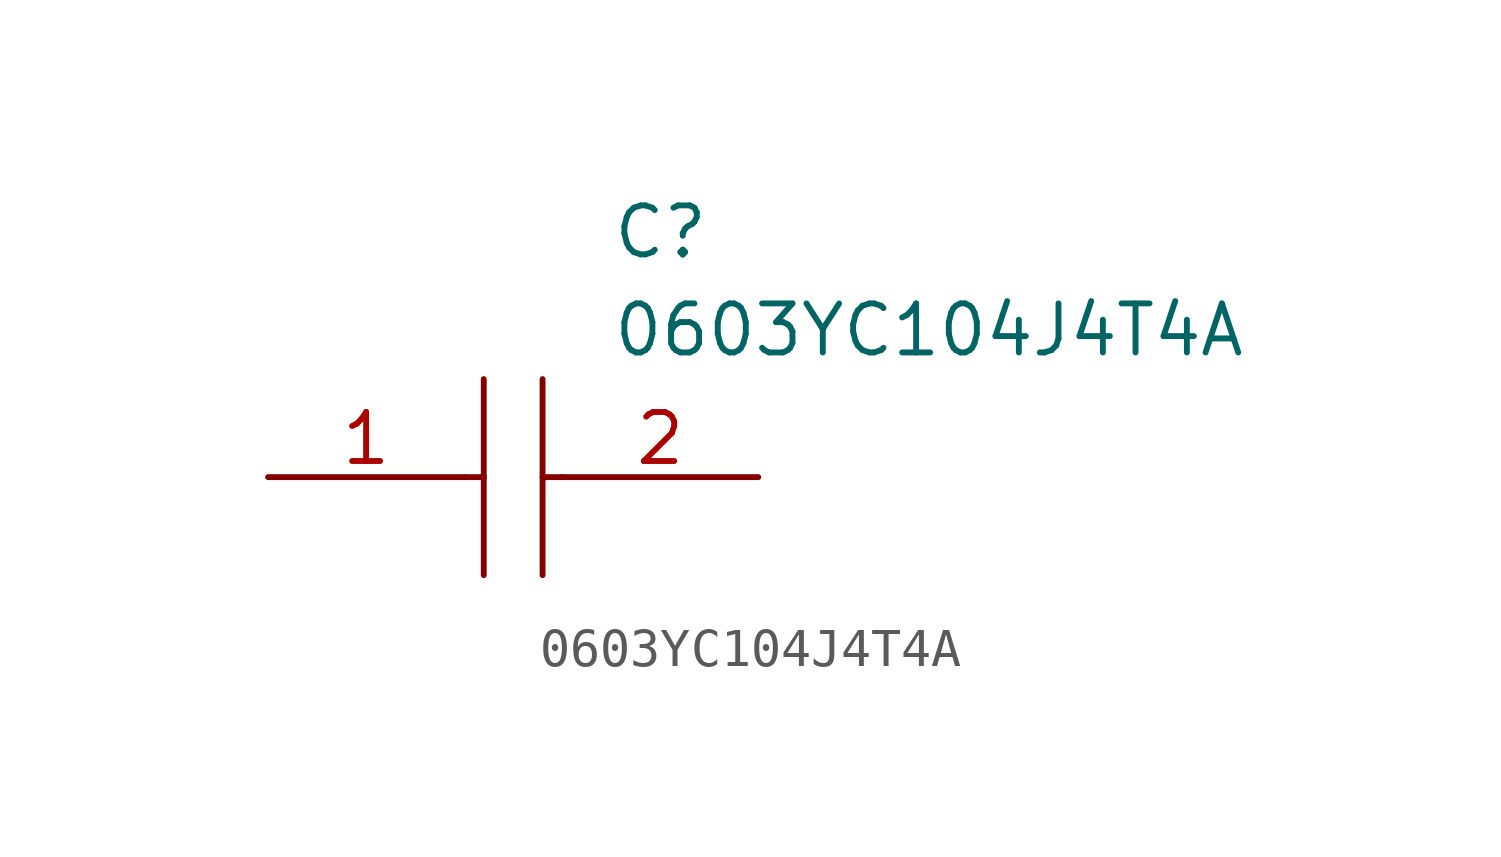
<source format=kicad_sym>
(kicad_symbol_lib
  (version 20211014)
  (generator kicad_symbol_editor)
  (symbol "0603YC104J4T4A"
    (pin_names
      (offset 0.762))
    (property "Reference" "C"
      (at 8.89 6.35 0)
      (effects (font (size 1.27 1.27)) (justify left)))
    (property "Value" "0603YC104J4T4A"
      (at 8.89 3.81 0)
      (effects (font (size 1.27 1.27)) (justify left)))
    (symbol "0603YC104J4T4A_0_0"
      (pin passive line (at 0 0 0) (length 5.08) (name "~" (effects (font (size 1.27 1.27)))) (number "1" (effects (font (size 1.27 1.27)))))
      (pin passive line (at 12.7 0 180) (length 5.08) (name "~" (effects (font (size 1.27 1.27)))) (number "2" (effects (font (size 1.27 1.27))))))
    (symbol "0603YC104J4T4A_0_1"
      (polyline (pts (xy 5.08 0) (xy 5.588 0)) (stroke (width 0.152) (type default) (color 0 0 0 0)) (fill (type none)))
      (polyline (pts (xy 5.588 2.54) (xy 5.588 -2.54)) (stroke (width 0.152) (type default) (color 0 0 0 0)) (fill (type none)))
      (polyline (pts (xy 7.112 0) (xy 7.62 0)) (stroke (width 0.152) (type default) (color 0 0 0 0)) (fill (type none)))
      (polyline (pts (xy 7.112 2.54) (xy 7.112 -2.54)) (stroke (width 0.152) (type default) (color 0 0 0 0)) (fill (type none))))))
</source>
